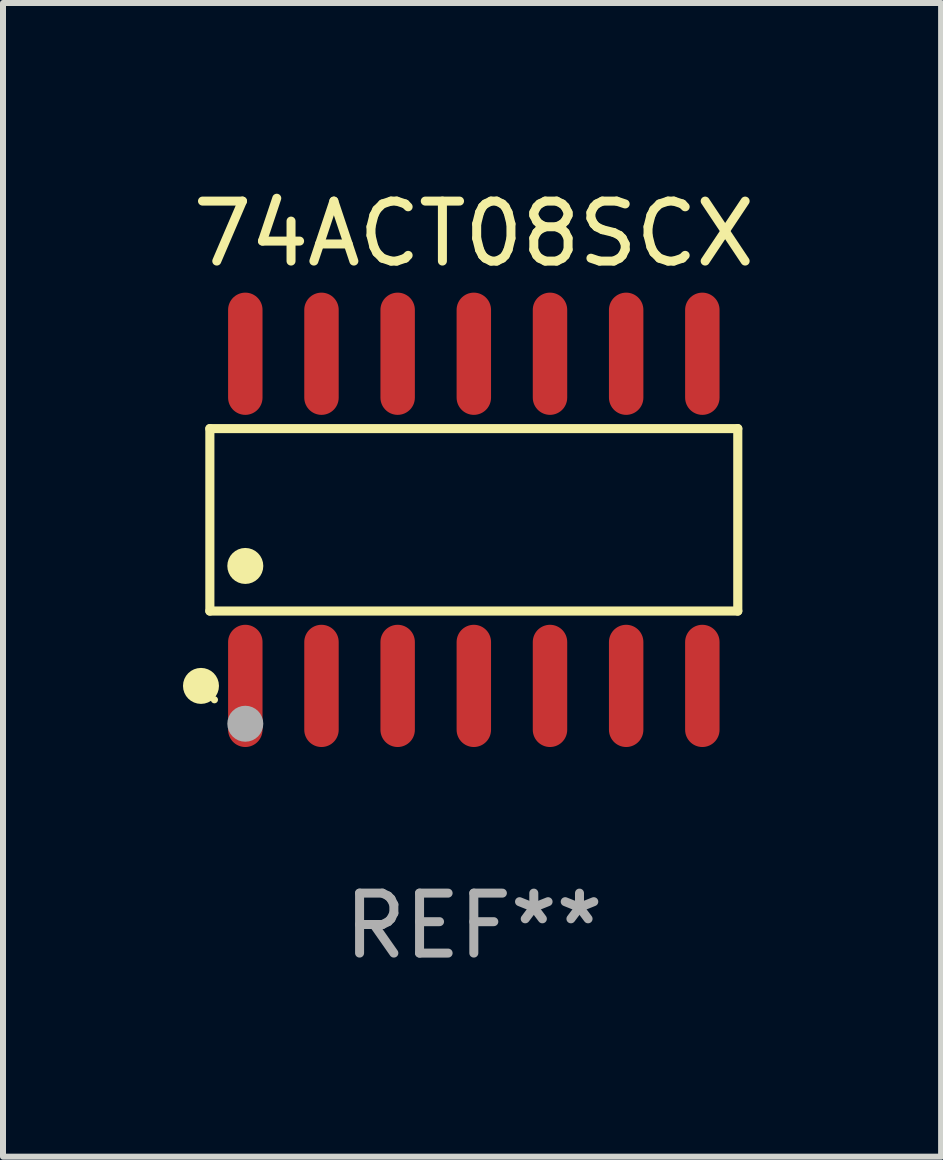
<source format=kicad_pcb>
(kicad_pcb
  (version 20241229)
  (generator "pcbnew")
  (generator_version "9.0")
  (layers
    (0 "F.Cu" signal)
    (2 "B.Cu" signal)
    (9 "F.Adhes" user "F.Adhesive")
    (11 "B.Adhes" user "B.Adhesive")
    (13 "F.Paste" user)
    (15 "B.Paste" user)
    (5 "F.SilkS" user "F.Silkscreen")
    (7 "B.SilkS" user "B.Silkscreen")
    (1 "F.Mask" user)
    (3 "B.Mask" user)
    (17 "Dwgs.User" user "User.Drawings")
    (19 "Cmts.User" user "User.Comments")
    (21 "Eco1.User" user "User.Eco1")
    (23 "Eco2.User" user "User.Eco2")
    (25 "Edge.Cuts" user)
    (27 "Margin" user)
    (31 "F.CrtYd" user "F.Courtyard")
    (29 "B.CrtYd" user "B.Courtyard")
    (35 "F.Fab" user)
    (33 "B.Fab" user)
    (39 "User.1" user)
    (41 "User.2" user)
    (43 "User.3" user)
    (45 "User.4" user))
  (footprint "74ACT08SCX"
    (layer "F.Cu")
    (at 4.85 5.617)
    (property "Reference" "74ACT08SCX" (at 0 -4.769 0) (layer "F.SilkS") (effects (font (size 1 1) (thickness 0.15))))
    (attr through_hole)
    (fp_line (start -4.401 -1.521) (end 4.401 -1.521) (stroke (width 0.152) (type solid)) (layer "F.SilkS"))
    (fp_line (start -4.401 1.521) (end -4.401 -1.521) (stroke (width 0.152) (type solid)) (layer "F.SilkS"))
    (fp_line (start 4.401 -1.521) (end 4.401 1.521) (stroke (width 0.152) (type solid)) (layer "F.SilkS"))
    (fp_line (start 4.401 1.521) (end -4.401 1.521) (stroke (width 0.152) (type solid)) (layer "F.SilkS"))
    (fp_circle (center -4.549 2.769) (end -4.399 2.769) (stroke (width 0.3) (type solid)) (fill no) (layer "F.SilkS"))
    (fp_circle (center -4.325 3) (end -4.295 3) (stroke (width 0.06) (type solid)) (fill no) (layer "F.SilkS"))
    (fp_circle (center -3.81 0.769) (end -3.66 0.769) (stroke (width 0.3) (type solid)) (fill no) (layer "F.SilkS"))
    (fp_circle (center -3.81 3.4) (end -3.66 3.4) (stroke (width 0.3) (type solid)) (fill no) (layer "F.Fab"))
    (fp_text user "REF**" (at 0 6.769 0) (layer "F.Fab") (effects (font (size 1 1) (thickness 0.15))))
    (pad "1" smd oval (at -3.81 2.769) (size 0.574 2.038) (layers "F.Cu" "F.Mask" "F.Paste"))
    (pad "2" smd oval (at -2.54 2.769) (size 0.574 2.038) (layers "F.Cu" "F.Mask" "F.Paste"))
    (pad "3" smd oval (at -1.27 2.769) (size 0.574 2.038) (layers "F.Cu" "F.Mask" "F.Paste"))
    (pad "4" smd oval (at 0 2.769) (size 0.574 2.038) (layers "F.Cu" "F.Mask" "F.Paste"))
    (pad "5" smd oval (at 1.27 2.769) (size 0.574 2.038) (layers "F.Cu" "F.Mask" "F.Paste"))
    (pad "6" smd oval (at 2.54 2.769) (size 0.574 2.038) (layers "F.Cu" "F.Mask" "F.Paste"))
    (pad "7" smd oval (at 3.81 2.769) (size 0.574 2.038) (layers "F.Cu" "F.Mask" "F.Paste"))
    (pad "8" smd oval (at 3.81 -2.769) (size 0.574 2.038) (layers "F.Cu" "F.Mask" "F.Paste"))
    (pad "9" smd oval (at 2.54 -2.769) (size 0.574 2.038) (layers "F.Cu" "F.Mask" "F.Paste"))
    (pad "10" smd oval (at 1.27 -2.769) (size 0.574 2.038) (layers "F.Cu" "F.Mask" "F.Paste"))
    (pad "11" smd oval (at 0 -2.769) (size 0.574 2.038) (layers "F.Cu" "F.Mask" "F.Paste"))
    (pad "12" smd oval (at -1.27 -2.769) (size 0.574 2.038) (layers "F.Cu" "F.Mask" "F.Paste"))
    (pad "13" smd oval (at -2.54 -2.769) (size 0.574 2.038) (layers "F.Cu" "F.Mask" "F.Paste"))
    (pad "14" smd oval (at -3.81 -2.769) (size 0.574 2.038) (layers "F.Cu" "F.Mask" "F.Paste")))
  (gr_rect
    (start -3 -3)
    (end 12.641 16.235)
    (stroke (width 0.1) (type default))
    (fill no)
    (layer "Edge.Cuts")))
</source>
